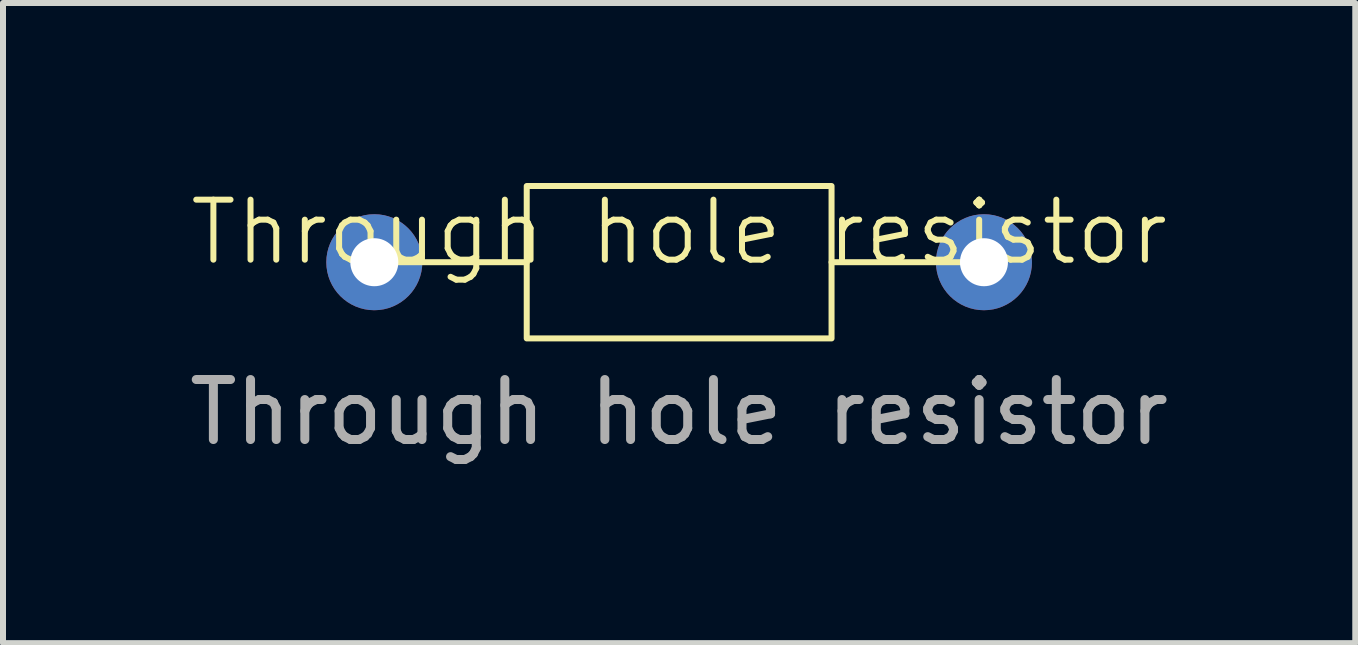
<source format=kicad_pcb>
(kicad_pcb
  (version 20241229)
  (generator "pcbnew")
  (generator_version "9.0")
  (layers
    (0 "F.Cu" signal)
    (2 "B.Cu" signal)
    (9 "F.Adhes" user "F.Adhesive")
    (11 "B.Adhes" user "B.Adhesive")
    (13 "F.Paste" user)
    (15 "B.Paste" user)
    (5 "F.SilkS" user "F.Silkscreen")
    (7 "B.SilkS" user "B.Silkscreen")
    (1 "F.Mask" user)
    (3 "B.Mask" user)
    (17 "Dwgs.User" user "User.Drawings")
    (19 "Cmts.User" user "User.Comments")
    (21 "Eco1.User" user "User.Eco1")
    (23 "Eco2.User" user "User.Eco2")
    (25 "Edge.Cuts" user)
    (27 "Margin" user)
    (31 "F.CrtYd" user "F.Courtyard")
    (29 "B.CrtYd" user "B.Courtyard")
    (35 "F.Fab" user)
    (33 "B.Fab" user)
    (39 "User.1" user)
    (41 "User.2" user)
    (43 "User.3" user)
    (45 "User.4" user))
  (footprint "Through hole resistor"
    (layer "F.Cu")
    (at 8.268 1.32)
    (property "Reference" "Through hole resistor" (at 0 -0.5 0) (unlocked yes) (layer "F.SilkS") (effects (font (size 1 1) (thickness 0.1))))
    (attr through_hole)
    (fp_line (start -2.54 0) (end -5.08 0) (stroke (width 0.1) (type default)) (layer "F.SilkS"))
    (fp_line (start 5.08 0) (end 2.54 0) (stroke (width 0.1) (type default)) (layer "F.SilkS"))
    (fp_rect (start -2.54 -1.27) (end 2.54 1.27) (stroke (width 0.1) (type default)) (fill no) (layer "F.SilkS"))
    (fp_text user "${REFERENCE}" (at 0 2.5 0) (unlocked yes) (layer "F.Fab") (effects (font (size 1 1) (thickness 0.15))))
    (pad "1" thru_hole circle (at -5.08 0) (size 1.6 1.6) (drill 0.8) (layers "*.Cu" "*.Mask"))
    (pad "2" thru_hole circle (at 5.08 0) (size 1.6 1.6) (drill 0.8) (layers "*.Cu" "*.Mask")))
  (gr_rect
    (start -3 -3)
    (end 19.536 7.668)
    (stroke (width 0.1) (type default))
    (fill no)
    (layer "Edge.Cuts")))
</source>
